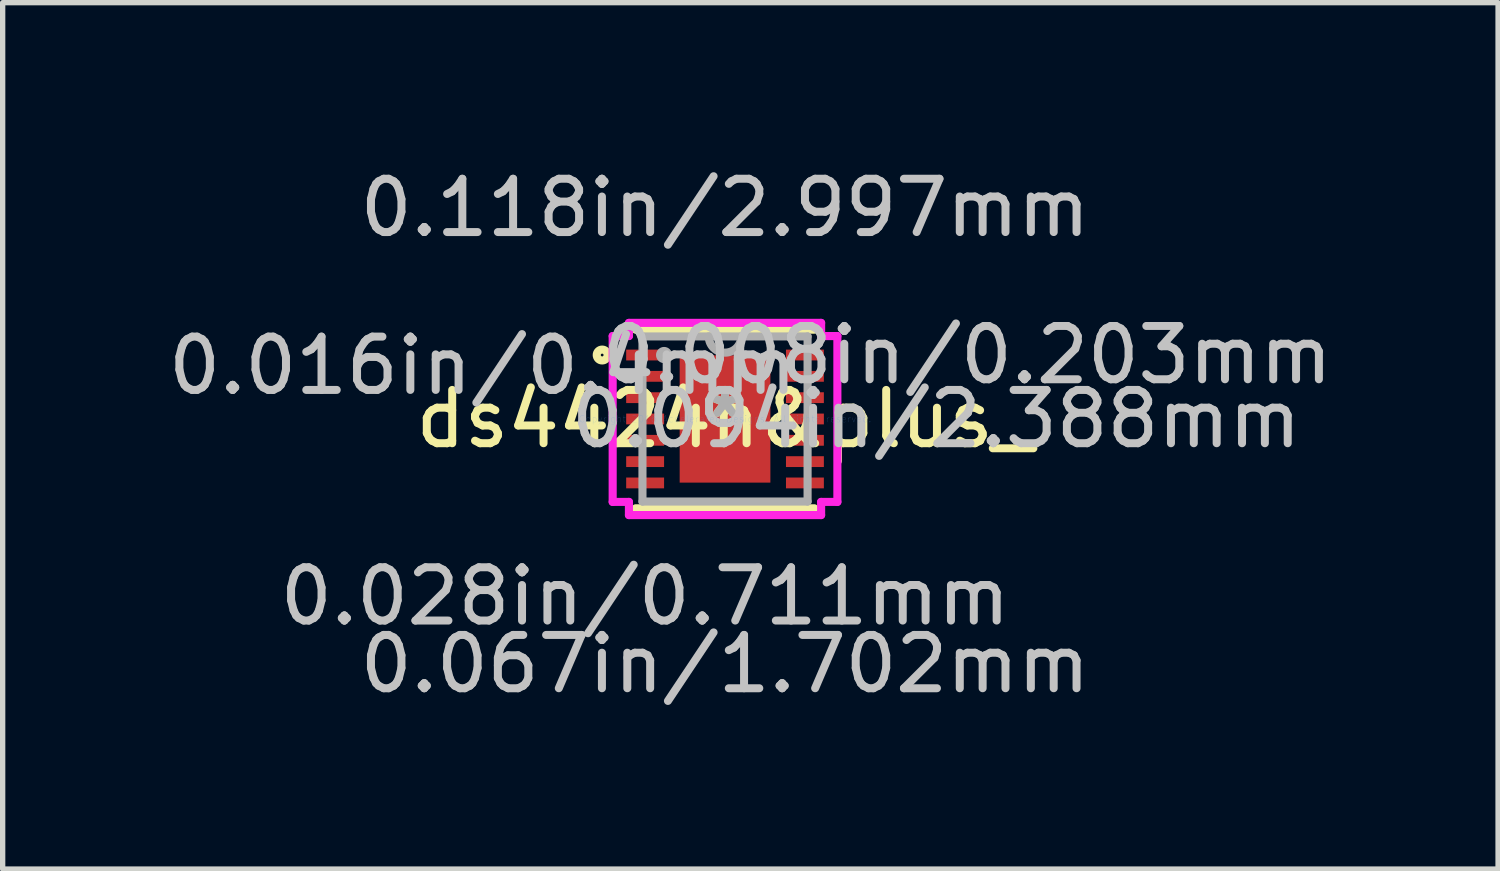
<source format=kicad_pcb>
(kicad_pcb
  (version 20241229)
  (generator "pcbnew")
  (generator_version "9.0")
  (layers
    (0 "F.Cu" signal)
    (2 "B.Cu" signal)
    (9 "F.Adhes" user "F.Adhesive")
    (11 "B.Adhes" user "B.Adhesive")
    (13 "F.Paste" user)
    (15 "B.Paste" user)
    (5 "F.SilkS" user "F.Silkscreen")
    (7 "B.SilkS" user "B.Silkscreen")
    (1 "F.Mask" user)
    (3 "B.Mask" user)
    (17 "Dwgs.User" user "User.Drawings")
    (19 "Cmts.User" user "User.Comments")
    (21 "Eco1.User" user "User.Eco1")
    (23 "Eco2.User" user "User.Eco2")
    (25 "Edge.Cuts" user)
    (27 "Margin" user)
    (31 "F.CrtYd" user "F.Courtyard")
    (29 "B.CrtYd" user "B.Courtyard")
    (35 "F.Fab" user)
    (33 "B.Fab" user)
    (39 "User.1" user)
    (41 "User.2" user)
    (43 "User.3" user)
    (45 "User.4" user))
  (footprint "ds4424n&plus_"
    (layer "F.Cu")
    (at 10.553 4.811)
    (property "Reference" "ds4424n&plus_" (at 0 0 0) (layer "F.SilkS") (effects (font (size 1 1) (thickness 0.15))))
    (attr through_hole)
    (fp_line (start -1.676 1.676) (end 1.676 1.676) (stroke (width 0.152) (type solid)) (layer "F.SilkS"))
    (fp_line (start 1.676 -1.676) (end -1.676 -1.676) (stroke (width 0.152) (type solid)) (layer "F.SilkS"))
    (fp_circle (center -2.305 -1.2) (end -2.203 -1.2) (stroke (width 0.152) (type solid)) (fill no) (layer "F.SilkS"))
    (fp_line (start -2.108 -1.556) (end -1.803 -1.556) (stroke (width 0.152) (type solid)) (layer "F.CrtYd"))
    (fp_line (start -2.108 1.556) (end -2.108 -1.556) (stroke (width 0.152) (type solid)) (layer "F.CrtYd"))
    (fp_line (start -1.803 -1.803) (end 1.803 -1.803) (stroke (width 0.152) (type solid)) (layer "F.CrtYd"))
    (fp_line (start -1.803 -1.556) (end -1.803 -1.803) (stroke (width 0.152) (type solid)) (layer "F.CrtYd"))
    (fp_line (start -1.803 1.556) (end -2.108 1.556) (stroke (width 0.152) (type solid)) (layer "F.CrtYd"))
    (fp_line (start -1.803 1.803) (end -1.803 1.556) (stroke (width 0.152) (type solid)) (layer "F.CrtYd"))
    (fp_line (start 1.803 -1.803) (end 1.803 -1.556) (stroke (width 0.152) (type solid)) (layer "F.CrtYd"))
    (fp_line (start 1.803 -1.556) (end 2.108 -1.556) (stroke (width 0.152) (type solid)) (layer "F.CrtYd"))
    (fp_line (start 1.803 1.556) (end 1.803 1.803) (stroke (width 0.152) (type solid)) (layer "F.CrtYd"))
    (fp_line (start 1.803 1.803) (end -1.803 1.803) (stroke (width 0.152) (type solid)) (layer "F.CrtYd"))
    (fp_line (start 2.108 -1.556) (end 2.108 1.556) (stroke (width 0.152) (type solid)) (layer "F.CrtYd"))
    (fp_line (start 2.108 1.556) (end 1.803 1.556) (stroke (width 0.152) (type solid)) (layer "F.CrtYd"))
    (fp_line (start -1.549 -1.549) (end -1.549 1.549) (stroke (width 0.152) (type solid)) (layer "F.Fab"))
    (fp_line (start -1.549 1.549) (end 1.549 1.549) (stroke (width 0.152) (type solid)) (layer "F.Fab"))
    (fp_line (start 1.549 -1.549) (end -1.549 -1.549) (stroke (width 0.152) (type solid)) (layer "F.Fab"))
    (fp_line (start 1.549 1.549) (end 1.549 -1.549) (stroke (width 0.152) (type solid)) (layer "F.Fab"))
    (fp_arc (start 0.3048 -1.5494) (mid 0 -1.2446) (end -0.3048 -1.5494) (stroke (width 0.1524) (type solid)) (layer "F.Fab"))
    (fp_circle (center -1.143 -1.2) (end -1.067 -1.2) (stroke (width 0.152) (type solid)) (fill no) (layer "F.Fab"))
    (fp_text user "*" (at 0 0 0) (layer "F.SilkS") (effects (font (size 1 1) (thickness 0.15))))
    (fp_text user "0.094in/2.388mm" (at 3.962 0 0) (layer "Dwgs.User") (effects (font (size 1 1) (thickness 0.15))))
    (fp_text user "0.028in/0.711mm" (at -1.499 3.327 0) (layer "Dwgs.User") (effects (font (size 1 1) (thickness 0.15))))
    (fp_text user "0.118in/2.997mm" (at 0 -3.962 0) (layer "Dwgs.User") (effects (font (size 1 1) (thickness 0.15))))
    (fp_text user "0.067in/1.702mm" (at 0 4.597 0) (layer "Dwgs.User") (effects (font (size 1 1) (thickness 0.15))))
    (fp_text user "0.016in/0.4mm" (at -4.547 -1 0) (layer "Dwgs.User") (effects (font (size 1 1) (thickness 0.15))))
    (fp_text user "0.008in/0.203mm" (at 4.547 -1.2 0) (layer "Dwgs.User") (effects (font (size 1 1) (thickness 0.15))))
    (fp_text user "Copyright 2016 Accelerated Designs. All rights reserved." (at 0 0 0) (layer "Cmts.User") (effects (font (size 0.127 0.127) (thickness 0.002))))
    (fp_text user "*" (at 0 0 0) (layer "F.Fab") (effects (font (size 1 1) (thickness 0.15))))
    (pad "1" smd rect (at -1.499 -1.2) (size 0.711 0.203) (layers "F.Cu" "F.Mask" "F.Paste"))
    (pad "2" smd rect (at -1.499 -0.8) (size 0.711 0.203) (layers "F.Cu" "F.Mask" "F.Paste"))
    (pad "3" smd rect (at -1.499 -0.4) (size 0.711 0.203) (layers "F.Cu" "F.Mask" "F.Paste"))
    (pad "4" smd rect (at -1.499 0) (size 0.711 0.203) (layers "F.Cu" "F.Mask" "F.Paste"))
    (pad "5" smd rect (at -1.499 0.4) (size 0.711 0.203) (layers "F.Cu" "F.Mask" "F.Paste"))
    (pad "6" smd rect (at -1.499 0.8) (size 0.711 0.203) (layers "F.Cu" "F.Mask" "F.Paste"))
    (pad "7" smd rect (at -1.499 1.2) (size 0.711 0.203) (layers "F.Cu" "F.Mask" "F.Paste"))
    (pad "8" smd rect (at 1.499 1.2) (size 0.711 0.203) (layers "F.Cu" "F.Mask" "F.Paste"))
    (pad "9" smd rect (at 1.499 0.8) (size 0.711 0.203) (layers "F.Cu" "F.Mask" "F.Paste"))
    (pad "10" smd rect (at 1.499 0.4) (size 0.711 0.203) (layers "F.Cu" "F.Mask" "F.Paste"))
    (pad "11" smd rect (at 1.499 0) (size 0.711 0.203) (layers "F.Cu" "F.Mask" "F.Paste"))
    (pad "12" smd rect (at 1.499 -0.4) (size 0.711 0.203) (layers "F.Cu" "F.Mask" "F.Paste"))
    (pad "13" smd rect (at 1.499 -0.8) (size 0.711 0.203) (layers "F.Cu" "F.Mask" "F.Paste"))
    (pad "14" smd rect (at 1.499 -1.2) (size 0.711 0.203) (layers "F.Cu" "F.Mask" "F.Paste"))
    (pad "15" smd rect (at 0 0) (size 1.702 2.388) (layers "F.Cu" "F.Mask" "F.Paste")))
  (gr_rect
    (start -3 -3)
    (end 25.057 13.256)
    (stroke (width 0.1) (type default))
    (fill no)
    (layer "Edge.Cuts")))
</source>
